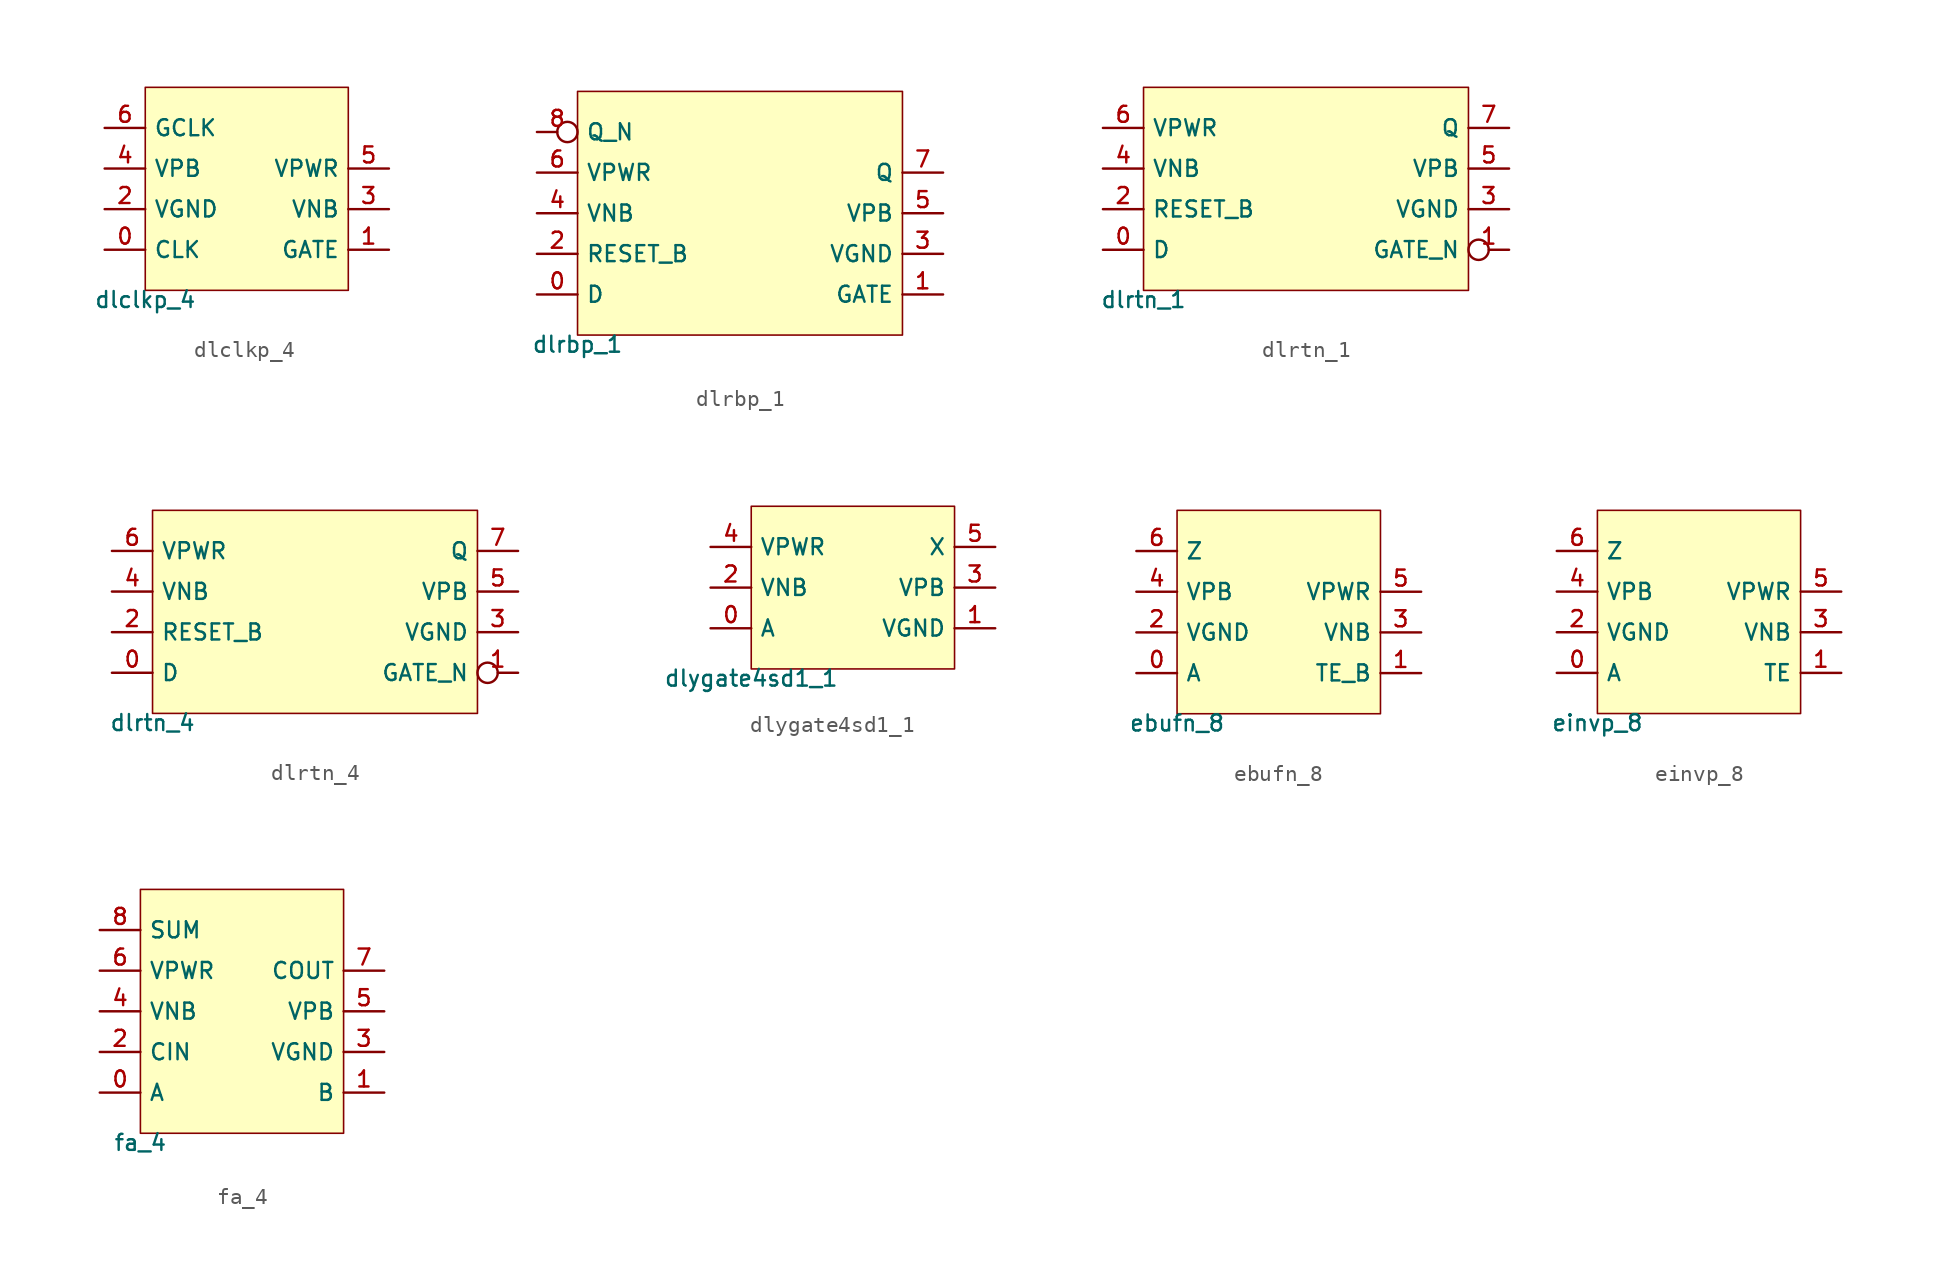
<source format=kicad_sym>
(kicad_symbol_lib
  (version 20211014)
  (generator pdk2kicad)
  (symbol "dlclkp_4"
    (property "Reference" "X"
      (at 0 0 0)
      (effects (font (size 1 1)) hide))
    (property "Value" "dlclkp_4"
      (at -6.35 -6.35 0)
      (effects (font (size 1 1)) (justify top)))
    (rectangle
      (start -6.35 -6.35)
      (end 6.35 6.35)
      (stroke (width 0.1) (type solid) (color 0 0 0 0))
      (fill (type background)))
    (pin bidirectional line
      (at -8.89 -3.81 0)
      (length 2.54)
      (name "CLK" (effects (font (size 1 1)) hide))
      (number "0" (effects (font (size 1 1)) hide)))
    (pin bidirectional line
      (at 8.89 -3.81 180)
      (length 2.54)
      (name "GATE" (effects (font (size 1 1)) hide))
      (number "1" (effects (font (size 1 1)) hide)))
    (pin bidirectional line
      (at -8.89 -1.27 0)
      (length 2.54)
      (name "VGND" (effects (font (size 1 1)) hide))
      (number "2" (effects (font (size 1 1)) hide)))
    (pin bidirectional line
      (at 8.89 -1.27 180)
      (length 2.54)
      (name "VNB" (effects (font (size 1 1)) hide))
      (number "3" (effects (font (size 1 1)) hide)))
    (pin bidirectional line
      (at -8.89 1.27 0)
      (length 2.54)
      (name "VPB" (effects (font (size 1 1)) hide))
      (number "4" (effects (font (size 1 1)) hide)))
    (pin bidirectional line
      (at 8.89 1.27 180)
      (length 2.54)
      (name "VPWR" (effects (font (size 1 1)) hide))
      (number "5" (effects (font (size 1 1)) hide)))
    (pin bidirectional line
      (at -8.89 3.81 0)
      (length 2.54)
      (name "GCLK" (effects (font (size 1 1)) hide))
      (number "6" (effects (font (size 1 1)) hide))))
  (symbol "dlrbp_1"
    (property "Reference" "X"
      (at 0 0 0)
      (effects (font (size 1 1)) hide))
    (property "Value" "dlrbp_1"
      (at -10.16 -7.62 0)
      (effects (font (size 1 1)) (justify top)))
    (rectangle
      (start -10.16 -7.62)
      (end 10.16 7.62)
      (stroke (width 0.1) (type solid) (color 0 0 0 0))
      (fill (type background)))
    (pin bidirectional line
      (at -12.7 -5.08 0)
      (length 2.54)
      (name "D" (effects (font (size 1 1)) hide))
      (number "0" (effects (font (size 1 1)) hide)))
    (pin bidirectional line
      (at 12.7 -5.08 180)
      (length 2.54)
      (name "GATE" (effects (font (size 1 1)) hide))
      (number "1" (effects (font (size 1 1)) hide)))
    (pin bidirectional line
      (at -12.7 -2.54 0)
      (length 2.54)
      (name "RESET_B" (effects (font (size 1 1)) hide))
      (number "2" (effects (font (size 1 1)) hide)))
    (pin bidirectional line
      (at 12.7 -2.54 180)
      (length 2.54)
      (name "VGND" (effects (font (size 1 1)) hide))
      (number "3" (effects (font (size 1 1)) hide)))
    (pin bidirectional line
      (at -12.7 8.881784197001252e-16 0)
      (length 2.54)
      (name "VNB" (effects (font (size 1 1)) hide))
      (number "4" (effects (font (size 1 1)) hide)))
    (pin bidirectional line
      (at 12.7 8.881784197001252e-16 180)
      (length 2.54)
      (name "VPB" (effects (font (size 1 1)) hide))
      (number "5" (effects (font (size 1 1)) hide)))
    (pin bidirectional line
      (at -12.7 2.54 0)
      (length 2.54)
      (name "VPWR" (effects (font (size 1 1)) hide))
      (number "6" (effects (font (size 1 1)) hide)))
    (pin bidirectional line
      (at 12.7 2.54 180)
      (length 2.54)
      (name "Q" (effects (font (size 1 1)) hide))
      (number "7" (effects (font (size 1 1)) hide)))
    (pin bidirectional inverted
      (at -12.7 5.08 0)
      (length 2.54)
      (name "Q_N" (effects (font (size 1 1)) hide))
      (number "8" (effects (font (size 1 1)) hide))))
  (symbol "dlrtn_1"
    (property "Reference" "X"
      (at 0 0 0)
      (effects (font (size 1 1)) hide))
    (property "Value" "dlrtn_1"
      (at -10.16 -6.35 0)
      (effects (font (size 1 1)) (justify top)))
    (rectangle
      (start -10.16 -6.35)
      (end 10.16 6.35)
      (stroke (width 0.1) (type solid) (color 0 0 0 0))
      (fill (type background)))
    (pin bidirectional line
      (at -12.7 -3.81 0)
      (length 2.54)
      (name "D" (effects (font (size 1 1)) hide))
      (number "0" (effects (font (size 1 1)) hide)))
    (pin bidirectional inverted
      (at 12.7 -3.81 180)
      (length 2.54)
      (name "GATE_N" (effects (font (size 1 1)) hide))
      (number "1" (effects (font (size 1 1)) hide)))
    (pin bidirectional line
      (at -12.7 -1.27 0)
      (length 2.54)
      (name "RESET_B" (effects (font (size 1 1)) hide))
      (number "2" (effects (font (size 1 1)) hide)))
    (pin bidirectional line
      (at 12.7 -1.27 180)
      (length 2.54)
      (name "VGND" (effects (font (size 1 1)) hide))
      (number "3" (effects (font (size 1 1)) hide)))
    (pin bidirectional line
      (at -12.7 1.27 0)
      (length 2.54)
      (name "VNB" (effects (font (size 1 1)) hide))
      (number "4" (effects (font (size 1 1)) hide)))
    (pin bidirectional line
      (at 12.7 1.27 180)
      (length 2.54)
      (name "VPB" (effects (font (size 1 1)) hide))
      (number "5" (effects (font (size 1 1)) hide)))
    (pin bidirectional line
      (at -12.7 3.81 0)
      (length 2.54)
      (name "VPWR" (effects (font (size 1 1)) hide))
      (number "6" (effects (font (size 1 1)) hide)))
    (pin bidirectional line
      (at 12.7 3.81 180)
      (length 2.54)
      (name "Q" (effects (font (size 1 1)) hide))
      (number "7" (effects (font (size 1 1)) hide))))
  (symbol "dlrtn_4"
    (property "Reference" "X"
      (at 0 0 0)
      (effects (font (size 1 1)) hide))
    (property "Value" "dlrtn_4"
      (at -10.16 -6.35 0)
      (effects (font (size 1 1)) (justify top)))
    (rectangle
      (start -10.16 -6.35)
      (end 10.16 6.35)
      (stroke (width 0.1) (type solid) (color 0 0 0 0))
      (fill (type background)))
    (pin bidirectional line
      (at -12.7 -3.81 0)
      (length 2.54)
      (name "D" (effects (font (size 1 1)) hide))
      (number "0" (effects (font (size 1 1)) hide)))
    (pin bidirectional inverted
      (at 12.7 -3.81 180)
      (length 2.54)
      (name "GATE_N" (effects (font (size 1 1)) hide))
      (number "1" (effects (font (size 1 1)) hide)))
    (pin bidirectional line
      (at -12.7 -1.27 0)
      (length 2.54)
      (name "RESET_B" (effects (font (size 1 1)) hide))
      (number "2" (effects (font (size 1 1)) hide)))
    (pin bidirectional line
      (at 12.7 -1.27 180)
      (length 2.54)
      (name "VGND" (effects (font (size 1 1)) hide))
      (number "3" (effects (font (size 1 1)) hide)))
    (pin bidirectional line
      (at -12.7 1.27 0)
      (length 2.54)
      (name "VNB" (effects (font (size 1 1)) hide))
      (number "4" (effects (font (size 1 1)) hide)))
    (pin bidirectional line
      (at 12.7 1.27 180)
      (length 2.54)
      (name "VPB" (effects (font (size 1 1)) hide))
      (number "5" (effects (font (size 1 1)) hide)))
    (pin bidirectional line
      (at -12.7 3.81 0)
      (length 2.54)
      (name "VPWR" (effects (font (size 1 1)) hide))
      (number "6" (effects (font (size 1 1)) hide)))
    (pin bidirectional line
      (at 12.7 3.81 180)
      (length 2.54)
      (name "Q" (effects (font (size 1 1)) hide))
      (number "7" (effects (font (size 1 1)) hide))))
  (symbol "dlygate4sd1_1"
    (property "Reference" "X"
      (at 0 0 0)
      (effects (font (size 1 1)) hide))
    (property "Value" "dlygate4sd1_1"
      (at -6.35 -5.08 0)
      (effects (font (size 1 1)) (justify top)))
    (rectangle
      (start -6.35 -5.08)
      (end 6.35 5.08)
      (stroke (width 0.1) (type solid) (color 0 0 0 0))
      (fill (type background)))
    (pin bidirectional line
      (at -8.89 -2.54 0)
      (length 2.54)
      (name "A" (effects (font (size 1 1)) hide))
      (number "0" (effects (font (size 1 1)) hide)))
    (pin bidirectional line
      (at 8.89 -2.54 180)
      (length 2.54)
      (name "VGND" (effects (font (size 1 1)) hide))
      (number "1" (effects (font (size 1 1)) hide)))
    (pin bidirectional line
      (at -8.89 0.0 0)
      (length 2.54)
      (name "VNB" (effects (font (size 1 1)) hide))
      (number "2" (effects (font (size 1 1)) hide)))
    (pin bidirectional line
      (at 8.89 0.0 180)
      (length 2.54)
      (name "VPB" (effects (font (size 1 1)) hide))
      (number "3" (effects (font (size 1 1)) hide)))
    (pin bidirectional line
      (at -8.89 2.54 0)
      (length 2.54)
      (name "VPWR" (effects (font (size 1 1)) hide))
      (number "4" (effects (font (size 1 1)) hide)))
    (pin bidirectional line
      (at 8.89 2.54 180)
      (length 2.54)
      (name "X" (effects (font (size 1 1)) hide))
      (number "5" (effects (font (size 1 1)) hide))))
  (symbol "ebufn_8"
    (property "Reference" "X"
      (at 0 0 0)
      (effects (font (size 1 1)) hide))
    (property "Value" "ebufn_8"
      (at -6.35 -6.35 0)
      (effects (font (size 1 1)) (justify top)))
    (rectangle
      (start -6.35 -6.35)
      (end 6.35 6.35)
      (stroke (width 0.1) (type solid) (color 0 0 0 0))
      (fill (type background)))
    (pin bidirectional line
      (at -8.89 -3.81 0)
      (length 2.54)
      (name "A" (effects (font (size 1 1)) hide))
      (number "0" (effects (font (size 1 1)) hide)))
    (pin bidirectional line
      (at 8.89 -3.81 180)
      (length 2.54)
      (name "TE_B" (effects (font (size 1 1)) hide))
      (number "1" (effects (font (size 1 1)) hide)))
    (pin bidirectional line
      (at -8.89 -1.27 0)
      (length 2.54)
      (name "VGND" (effects (font (size 1 1)) hide))
      (number "2" (effects (font (size 1 1)) hide)))
    (pin bidirectional line
      (at 8.89 -1.27 180)
      (length 2.54)
      (name "VNB" (effects (font (size 1 1)) hide))
      (number "3" (effects (font (size 1 1)) hide)))
    (pin bidirectional line
      (at -8.89 1.27 0)
      (length 2.54)
      (name "VPB" (effects (font (size 1 1)) hide))
      (number "4" (effects (font (size 1 1)) hide)))
    (pin bidirectional line
      (at 8.89 1.27 180)
      (length 2.54)
      (name "VPWR" (effects (font (size 1 1)) hide))
      (number "5" (effects (font (size 1 1)) hide)))
    (pin bidirectional line
      (at -8.89 3.81 0)
      (length 2.54)
      (name "Z" (effects (font (size 1 1)) hide))
      (number "6" (effects (font (size 1 1)) hide))))
  (symbol "einvp_8"
    (property "Reference" "X"
      (at 0 0 0)
      (effects (font (size 1 1)) hide))
    (property "Value" "einvp_8"
      (at -6.35 -6.35 0)
      (effects (font (size 1 1)) (justify top)))
    (rectangle
      (start -6.35 -6.35)
      (end 6.35 6.35)
      (stroke (width 0.1) (type solid) (color 0 0 0 0))
      (fill (type background)))
    (pin bidirectional line
      (at -8.89 -3.81 0)
      (length 2.54)
      (name "A" (effects (font (size 1 1)) hide))
      (number "0" (effects (font (size 1 1)) hide)))
    (pin bidirectional line
      (at 8.89 -3.81 180)
      (length 2.54)
      (name "TE" (effects (font (size 1 1)) hide))
      (number "1" (effects (font (size 1 1)) hide)))
    (pin bidirectional line
      (at -8.89 -1.27 0)
      (length 2.54)
      (name "VGND" (effects (font (size 1 1)) hide))
      (number "2" (effects (font (size 1 1)) hide)))
    (pin bidirectional line
      (at 8.89 -1.27 180)
      (length 2.54)
      (name "VNB" (effects (font (size 1 1)) hide))
      (number "3" (effects (font (size 1 1)) hide)))
    (pin bidirectional line
      (at -8.89 1.27 0)
      (length 2.54)
      (name "VPB" (effects (font (size 1 1)) hide))
      (number "4" (effects (font (size 1 1)) hide)))
    (pin bidirectional line
      (at 8.89 1.27 180)
      (length 2.54)
      (name "VPWR" (effects (font (size 1 1)) hide))
      (number "5" (effects (font (size 1 1)) hide)))
    (pin bidirectional line
      (at -8.89 3.81 0)
      (length 2.54)
      (name "Z" (effects (font (size 1 1)) hide))
      (number "6" (effects (font (size 1 1)) hide))))
  (symbol "fa_4"
    (property "Reference" "X"
      (at 0 0 0)
      (effects (font (size 1 1)) hide))
    (property "Value" "fa_4"
      (at -6.35 -7.62 0)
      (effects (font (size 1 1)) (justify top)))
    (rectangle
      (start -6.35 -7.62)
      (end 6.35 7.62)
      (stroke (width 0.1) (type solid) (color 0 0 0 0))
      (fill (type background)))
    (pin bidirectional line
      (at -8.89 -5.08 0)
      (length 2.54)
      (name "A" (effects (font (size 1 1)) hide))
      (number "0" (effects (font (size 1 1)) hide)))
    (pin bidirectional line
      (at 8.89 -5.08 180)
      (length 2.54)
      (name "B" (effects (font (size 1 1)) hide))
      (number "1" (effects (font (size 1 1)) hide)))
    (pin bidirectional line
      (at -8.89 -2.54 0)
      (length 2.54)
      (name "CIN" (effects (font (size 1 1)) hide))
      (number "2" (effects (font (size 1 1)) hide)))
    (pin bidirectional line
      (at 8.89 -2.54 180)
      (length 2.54)
      (name "VGND" (effects (font (size 1 1)) hide))
      (number "3" (effects (font (size 1 1)) hide)))
    (pin bidirectional line
      (at -8.89 8.881784197001252e-16 0)
      (length 2.54)
      (name "VNB" (effects (font (size 1 1)) hide))
      (number "4" (effects (font (size 1 1)) hide)))
    (pin bidirectional line
      (at 8.89 8.881784197001252e-16 180)
      (length 2.54)
      (name "VPB" (effects (font (size 1 1)) hide))
      (number "5" (effects (font (size 1 1)) hide)))
    (pin bidirectional line
      (at -8.89 2.54 0)
      (length 2.54)
      (name "VPWR" (effects (font (size 1 1)) hide))
      (number "6" (effects (font (size 1 1)) hide)))
    (pin bidirectional line
      (at 8.89 2.54 180)
      (length 2.54)
      (name "COUT" (effects (font (size 1 1)) hide))
      (number "7" (effects (font (size 1 1)) hide)))
    (pin bidirectional line
      (at -8.89 5.08 0)
      (length 2.54)
      (name "SUM" (effects (font (size 1 1)) hide))
      (number "8" (effects (font (size 1 1)) hide)))))
</source>
